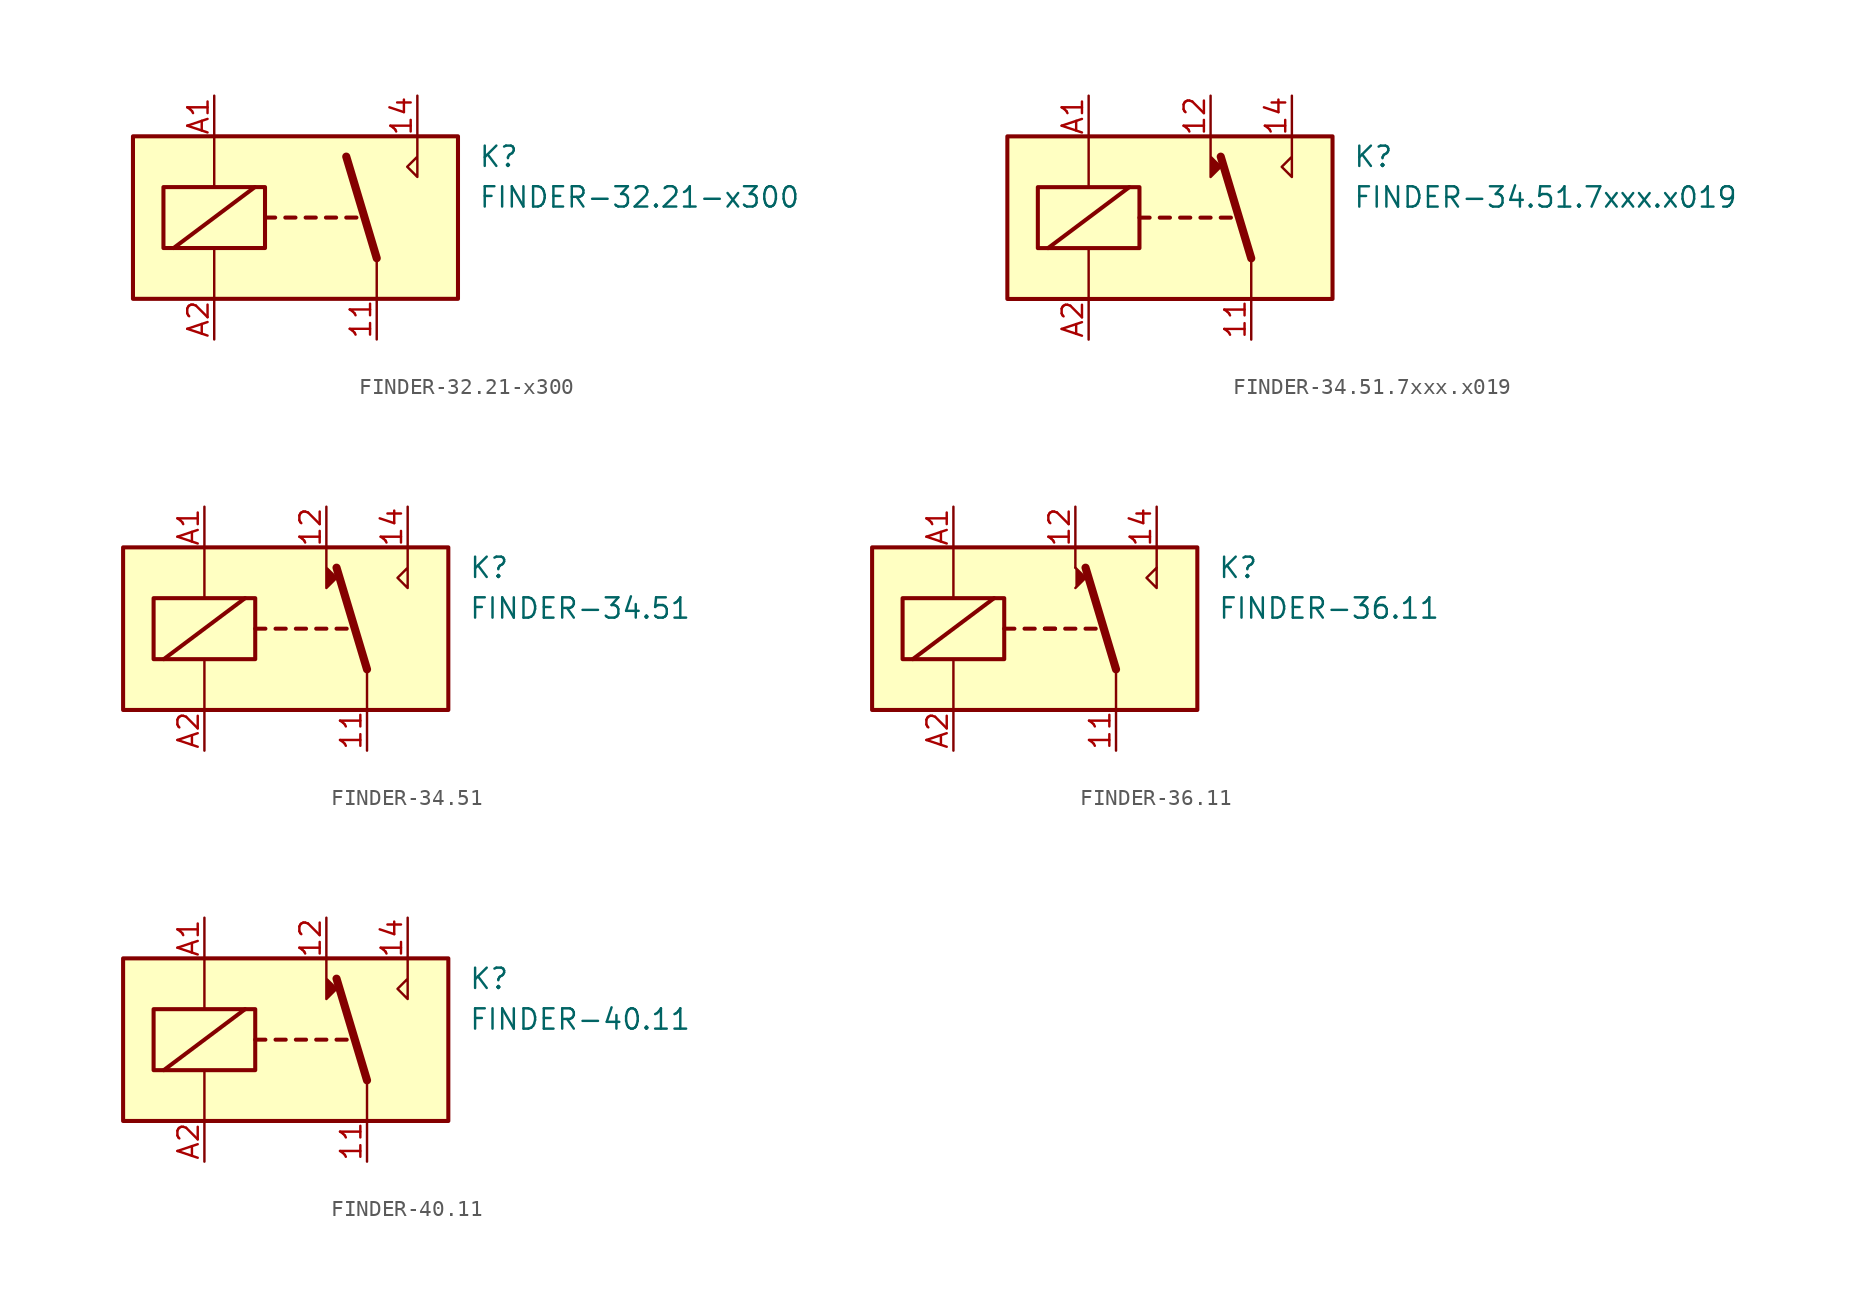
<source format=kicad_sym>
(kicad_symbol_lib
  (version 20211014)
  (generator kicad_symbol_editor)
  (symbol "FINDER-32.21-x300"
    (property "Reference" "K"
      (at 11.43 3.81 0)
      (effects (font (size 1.27 1.27)) (justify left)))
    (property "Value" "FINDER-32.21-x300"
      (at 11.43 1.27 0)
      (effects (font (size 1.27 1.27)) (justify left)))
    (symbol "FINDER-32.21-x300_0_1"
      (rectangle (start -10.16 5.08) (end 10.16 -5.08) (stroke (width 0.254) (type default) (color 0 0 0 0)) (fill (type background)))
      (rectangle (start -8.255 1.905) (end -1.905 -1.905) (stroke (width 0.254) (type default) (color 0 0 0 0)) (fill (type none)))
      (polyline (pts (xy -7.62 -1.905) (xy -2.54 1.905)) (stroke (width 0.254) (type default) (color 0 0 0 0)) (fill (type none)))
      (polyline (pts (xy -5.08 -5.08) (xy -5.08 -1.905)) (stroke (width 0) (type default) (color 0 0 0 0)) (fill (type none)))
      (polyline (pts (xy -5.08 5.08) (xy -5.08 1.905)) (stroke (width 0) (type default) (color 0 0 0 0)) (fill (type none)))
      (polyline (pts (xy -1.905 0) (xy -1.27 0)) (stroke (width 0.254) (type default) (color 0 0 0 0)) (fill (type none)))
      (polyline (pts (xy -0.635 0) (xy 0 0)) (stroke (width 0.254) (type default) (color 0 0 0 0)) (fill (type none)))
      (polyline (pts (xy 0.635 0) (xy 1.27 0)) (stroke (width 0.254) (type default) (color 0 0 0 0)) (fill (type none)))
      (polyline (pts (xy 1.905 0) (xy 2.54 0)) (stroke (width 0.254) (type default) (color 0 0 0 0)) (fill (type none)))
      (polyline (pts (xy 3.175 0) (xy 3.81 0)) (stroke (width 0.254) (type default) (color 0 0 0 0)) (fill (type none)))
      (polyline (pts (xy 5.08 -2.54) (xy 3.175 3.81)) (stroke (width 0.508) (type default) (color 0 0 0 0)) (fill (type none)))
      (polyline (pts (xy 5.08 -2.54) (xy 5.08 -5.08)) (stroke (width 0) (type default) (color 0 0 0 0)) (fill (type none)))
      (polyline (pts (xy 7.62 5.08) (xy 7.62 2.54) (xy 6.985 3.175) (xy 7.62 3.81)) (stroke (width 0) (type default) (color 0 0 0 0)) (fill (type none))))
    (symbol "FINDER-32.21-x300_1_1"
      (pin passive line (at 5.08 -7.62 90) (length 2.54) (name "~" (effects (font (size 1.27 1.27)))) (number "11" (effects (font (size 1.27 1.27)))))
      (pin passive line (at 7.62 7.62 270) (length 2.54) (name "~" (effects (font (size 1.27 1.27)))) (number "14" (effects (font (size 1.27 1.27)))))
      (pin passive line (at -5.08 7.62 270) (length 2.54) (name "~" (effects (font (size 1.27 1.27)))) (number "A1" (effects (font (size 1.27 1.27)))))
      (pin passive line (at -5.08 -7.62 90) (length 2.54) (name "~" (effects (font (size 1.27 1.27)))) (number "A2" (effects (font (size 1.27 1.27)))))))
  (symbol "FINDER-34.51.7xxx.x019"
    (property "Reference" "K"
      (at 11.43 3.81 0)
      (effects (font (size 1.27 1.27)) (justify left)))
    (property "Value" "FINDER-34.51.7xxx.x019"
      (at 11.43 1.27 0)
      (effects (font (size 1.27 1.27)) (justify left)))
    (symbol "FINDER-34.51.7xxx.x019_0_0"
      (polyline (pts (xy 7.62 5.08) (xy 7.62 2.54) (xy 6.985 3.175) (xy 7.62 3.81)) (stroke (width 0) (type default) (color 0 0 0 0)) (fill (type none))))
    (symbol "FINDER-34.51.7xxx.x019_0_1"
      (rectangle (start -10.16 5.08) (end 10.16 -5.08) (stroke (width 0.254) (type default) (color 0 0 0 0)) (fill (type background)))
      (rectangle (start -8.255 1.905) (end -1.905 -1.905) (stroke (width 0.254) (type default) (color 0 0 0 0)) (fill (type none)))
      (polyline (pts (xy -7.62 -1.905) (xy -2.54 1.905)) (stroke (width 0.254) (type default) (color 0 0 0 0)) (fill (type none)))
      (polyline (pts (xy -5.08 -5.08) (xy -5.08 -1.905)) (stroke (width 0) (type default) (color 0 0 0 0)) (fill (type none)))
      (polyline (pts (xy -5.08 5.08) (xy -5.08 1.905)) (stroke (width 0) (type default) (color 0 0 0 0)) (fill (type none)))
      (polyline (pts (xy -1.905 0) (xy -1.27 0)) (stroke (width 0.254) (type default) (color 0 0 0 0)) (fill (type none)))
      (polyline (pts (xy -0.635 0) (xy 0 0)) (stroke (width 0.254) (type default) (color 0 0 0 0)) (fill (type none)))
      (polyline (pts (xy 0.635 0) (xy 1.27 0)) (stroke (width 0.254) (type default) (color 0 0 0 0)) (fill (type none)))
      (polyline (pts (xy 1.905 0) (xy 2.54 0)) (stroke (width 0.254) (type default) (color 0 0 0 0)) (fill (type none)))
      (polyline (pts (xy 3.175 0) (xy 3.81 0)) (stroke (width 0.254) (type default) (color 0 0 0 0)) (fill (type none)))
      (polyline (pts (xy 5.08 -2.54) (xy 3.175 3.81)) (stroke (width 0.508) (type default) (color 0 0 0 0)) (fill (type none)))
      (polyline (pts (xy 5.08 -2.54) (xy 5.08 -5.08)) (stroke (width 0) (type default) (color 0 0 0 0)) (fill (type none)))
      (polyline (pts (xy 2.54 5.08) (xy 2.54 2.54) (xy 3.175 3.175) (xy 2.54 3.81)) (stroke (width 0) (type default) (color 0 0 0 0)) (fill (type outline))))
    (symbol "FINDER-34.51.7xxx.x019_1_1"
      (pin passive line (at 5.08 -7.62 90) (length 2.54) (name "~" (effects (font (size 1.27 1.27)))) (number "11" (effects (font (size 1.27 1.27)))))
      (pin passive line (at 2.54 7.62 270) (length 2.54) (name "~" (effects (font (size 1.27 1.27)))) (number "12" (effects (font (size 1.27 1.27)))))
      (pin passive line (at 7.62 7.62 270) (length 2.54) (name "~" (effects (font (size 1.27 1.27)))) (number "14" (effects (font (size 1.27 1.27)))))
      (pin passive line (at -5.08 7.62 270) (length 2.54) (name "~" (effects (font (size 1.27 1.27)))) (number "A1" (effects (font (size 1.27 1.27)))))
      (pin passive line (at -5.08 -7.62 90) (length 2.54) (name "~" (effects (font (size 1.27 1.27)))) (number "A2" (effects (font (size 1.27 1.27)))))))
  (symbol "FINDER-34.51"
    (property "Reference" "K"
      (at 11.43 3.81 0)
      (effects (font (size 1.27 1.27)) (justify left)))
    (property "Value" "FINDER-34.51"
      (at 11.43 1.27 0)
      (effects (font (size 1.27 1.27)) (justify left)))
    (symbol "FINDER-34.51_0_0"
      (polyline (pts (xy 7.62 5.08) (xy 7.62 2.54) (xy 6.985 3.175) (xy 7.62 3.81)) (stroke (width 0) (type default) (color 0 0 0 0)) (fill (type none))))
    (symbol "FINDER-34.51_0_1"
      (rectangle (start -10.16 5.08) (end 10.16 -5.08) (stroke (width 0.254) (type default) (color 0 0 0 0)) (fill (type background)))
      (rectangle (start -8.255 1.905) (end -1.905 -1.905) (stroke (width 0.254) (type default) (color 0 0 0 0)) (fill (type none)))
      (polyline (pts (xy -7.62 -1.905) (xy -2.54 1.905)) (stroke (width 0.254) (type default) (color 0 0 0 0)) (fill (type none)))
      (polyline (pts (xy -5.08 -5.08) (xy -5.08 -1.905)) (stroke (width 0) (type default) (color 0 0 0 0)) (fill (type none)))
      (polyline (pts (xy -5.08 5.08) (xy -5.08 1.905)) (stroke (width 0) (type default) (color 0 0 0 0)) (fill (type none)))
      (polyline (pts (xy -1.905 0) (xy -1.27 0)) (stroke (width 0.254) (type default) (color 0 0 0 0)) (fill (type none)))
      (polyline (pts (xy -0.635 0) (xy 0 0)) (stroke (width 0.254) (type default) (color 0 0 0 0)) (fill (type none)))
      (polyline (pts (xy 0.635 0) (xy 1.27 0)) (stroke (width 0.254) (type default) (color 0 0 0 0)) (fill (type none)))
      (polyline (pts (xy 1.905 0) (xy 2.54 0)) (stroke (width 0.254) (type default) (color 0 0 0 0)) (fill (type none)))
      (polyline (pts (xy 3.175 0) (xy 3.81 0)) (stroke (width 0.254) (type default) (color 0 0 0 0)) (fill (type none)))
      (polyline (pts (xy 5.08 -2.54) (xy 3.175 3.81)) (stroke (width 0.508) (type default) (color 0 0 0 0)) (fill (type none)))
      (polyline (pts (xy 5.08 -2.54) (xy 5.08 -5.08)) (stroke (width 0) (type default) (color 0 0 0 0)) (fill (type none)))
      (polyline (pts (xy 2.54 5.08) (xy 2.54 2.54) (xy 3.175 3.175) (xy 2.54 3.81)) (stroke (width 0) (type default) (color 0 0 0 0)) (fill (type outline))))
    (symbol "FINDER-34.51_1_1"
      (pin passive line (at 5.08 -7.62 90) (length 2.54) (name "~" (effects (font (size 1.27 1.27)))) (number "11" (effects (font (size 1.27 1.27)))))
      (pin passive line (at 2.54 7.62 270) (length 2.54) (name "~" (effects (font (size 1.27 1.27)))) (number "12" (effects (font (size 1.27 1.27)))))
      (pin passive line (at 7.62 7.62 270) (length 2.54) (name "~" (effects (font (size 1.27 1.27)))) (number "14" (effects (font (size 1.27 1.27)))))
      (pin passive line (at -5.08 7.62 270) (length 2.54) (name "~" (effects (font (size 1.27 1.27)))) (number "A1" (effects (font (size 1.27 1.27)))))
      (pin passive line (at -5.08 -7.62 90) (length 2.54) (name "~" (effects (font (size 1.27 1.27)))) (number "A2" (effects (font (size 1.27 1.27)))))))
  (symbol "FINDER-36.11"
    (property "Reference" "K"
      (at 11.43 3.81 0)
      (effects (font (size 1.27 1.27)) (justify left)))
    (property "Value" "FINDER-36.11"
      (at 11.43 1.27 0)
      (effects (font (size 1.27 1.27)) (justify left)))
    (symbol "FINDER-36.11_0_0"
      (polyline (pts (xy 2.54 3.81) (xy 2.54 5.08)) (stroke (width 0) (type default) (color 0 0 0 0)) (fill (type none)))
      (polyline (pts (xy 7.62 3.81) (xy 7.62 5.08)) (stroke (width 0) (type default) (color 0 0 0 0)) (fill (type none)))
      (polyline (pts (xy 7.62 3.81) (xy 7.62 2.54) (xy 6.985 3.175) (xy 7.62 3.81)) (stroke (width 0) (type default) (color 0 0 0 0)) (fill (type none))))
    (symbol "FINDER-36.11_0_1"
      (rectangle (start -10.16 5.08) (end 10.16 -5.08) (stroke (width 0.254) (type default) (color 0 0 0 0)) (fill (type background)))
      (rectangle (start -8.255 1.905) (end -1.905 -1.905) (stroke (width 0.254) (type default) (color 0 0 0 0)) (fill (type none)))
      (polyline (pts (xy -7.62 -1.905) (xy -2.54 1.905)) (stroke (width 0.254) (type default) (color 0 0 0 0)) (fill (type none)))
      (polyline (pts (xy -5.08 -5.08) (xy -5.08 -1.905)) (stroke (width 0) (type default) (color 0 0 0 0)) (fill (type none)))
      (polyline (pts (xy -5.08 5.08) (xy -5.08 1.905)) (stroke (width 0) (type default) (color 0 0 0 0)) (fill (type none)))
      (polyline (pts (xy -1.905 0) (xy -1.27 0)) (stroke (width 0.254) (type default) (color 0 0 0 0)) (fill (type none)))
      (polyline (pts (xy -0.635 0) (xy 0 0)) (stroke (width 0.254) (type default) (color 0 0 0 0)) (fill (type none)))
      (polyline (pts (xy 0.635 0) (xy 1.27 0)) (stroke (width 0.254) (type default) (color 0 0 0 0)) (fill (type none)))
      (polyline (pts (xy 0.635 0) (xy 1.27 0)) (stroke (width 0.254) (type default) (color 0 0 0 0)) (fill (type none)))
      (polyline (pts (xy 1.905 0) (xy 2.54 0)) (stroke (width 0.254) (type default) (color 0 0 0 0)) (fill (type none)))
      (polyline (pts (xy 3.175 0) (xy 3.81 0)) (stroke (width 0.254) (type default) (color 0 0 0 0)) (fill (type none)))
      (polyline (pts (xy 5.08 -2.54) (xy 3.175 3.81)) (stroke (width 0.508) (type default) (color 0 0 0 0)) (fill (type none)))
      (polyline (pts (xy 5.08 -2.54) (xy 5.08 -5.08)) (stroke (width 0) (type default) (color 0 0 0 0)) (fill (type none)))
      (polyline (pts (xy 2.54 2.54) (xy 3.175 3.175) (xy 2.54 3.81)) (stroke (width 0) (type default) (color 0 0 0 0)) (fill (type outline))))
    (symbol "FINDER-36.11_1_1"
      (pin passive line (at 5.08 -7.62 90) (length 2.54) (name "~" (effects (font (size 1.27 1.27)))) (number "11" (effects (font (size 1.27 1.27)))))
      (pin passive line (at 2.54 7.62 270) (length 2.54) (name "~" (effects (font (size 1.27 1.27)))) (number "12" (effects (font (size 1.27 1.27)))))
      (pin passive line (at 7.62 7.62 270) (length 2.54) (name "~" (effects (font (size 1.27 1.27)))) (number "14" (effects (font (size 1.27 1.27)))))
      (pin passive line (at -5.08 7.62 270) (length 2.54) (name "~" (effects (font (size 1.27 1.27)))) (number "A1" (effects (font (size 1.27 1.27)))))
      (pin passive line (at -5.08 -7.62 90) (length 2.54) (name "~" (effects (font (size 1.27 1.27)))) (number "A2" (effects (font (size 1.27 1.27)))))))
  (symbol "FINDER-40.11"
    (property "Reference" "K"
      (at 11.43 3.81 0)
      (effects (font (size 1.27 1.27)) (justify left)))
    (property "Value" "FINDER-40.11"
      (at 11.43 1.27 0)
      (effects (font (size 1.27 1.27)) (justify left)))
    (symbol "FINDER-40.11_0_0"
      (polyline (pts (xy 7.62 5.08) (xy 7.62 2.54) (xy 6.985 3.175) (xy 7.62 3.81)) (stroke (width 0) (type default) (color 0 0 0 0)) (fill (type none))))
    (symbol "FINDER-40.11_0_1"
      (rectangle (start -10.16 5.08) (end 10.16 -5.08) (stroke (width 0.254) (type default) (color 0 0 0 0)) (fill (type background)))
      (rectangle (start -8.255 1.905) (end -1.905 -1.905) (stroke (width 0.254) (type default) (color 0 0 0 0)) (fill (type none)))
      (polyline (pts (xy -7.62 -1.905) (xy -2.54 1.905)) (stroke (width 0.254) (type default) (color 0 0 0 0)) (fill (type none)))
      (polyline (pts (xy -5.08 -5.08) (xy -5.08 -1.905)) (stroke (width 0) (type default) (color 0 0 0 0)) (fill (type none)))
      (polyline (pts (xy -5.08 5.08) (xy -5.08 1.905)) (stroke (width 0) (type default) (color 0 0 0 0)) (fill (type none)))
      (polyline (pts (xy -1.905 0) (xy -1.27 0)) (stroke (width 0.254) (type default) (color 0 0 0 0)) (fill (type none)))
      (polyline (pts (xy -0.635 0) (xy 0 0)) (stroke (width 0.254) (type default) (color 0 0 0 0)) (fill (type none)))
      (polyline (pts (xy 0.635 0) (xy 1.27 0)) (stroke (width 0.254) (type default) (color 0 0 0 0)) (fill (type none)))
      (polyline (pts (xy 1.905 0) (xy 2.54 0)) (stroke (width 0.254) (type default) (color 0 0 0 0)) (fill (type none)))
      (polyline (pts (xy 3.175 0) (xy 3.81 0)) (stroke (width 0.254) (type default) (color 0 0 0 0)) (fill (type none)))
      (polyline (pts (xy 5.08 -2.54) (xy 3.175 3.81)) (stroke (width 0.508) (type default) (color 0 0 0 0)) (fill (type none)))
      (polyline (pts (xy 5.08 -2.54) (xy 5.08 -5.08)) (stroke (width 0) (type default) (color 0 0 0 0)) (fill (type none)))
      (polyline (pts (xy 2.54 5.08) (xy 2.54 2.54) (xy 3.175 3.175) (xy 2.54 3.81)) (stroke (width 0) (type default) (color 0 0 0 0)) (fill (type outline))))
    (symbol "FINDER-40.11_1_1"
      (pin passive line (at 5.08 -7.62 90) (length 2.54) (name "~" (effects (font (size 1.27 1.27)))) (number "11" (effects (font (size 1.27 1.27)))))
      (pin passive line (at 2.54 7.62 270) (length 2.54) (name "~" (effects (font (size 1.27 1.27)))) (number "12" (effects (font (size 1.27 1.27)))))
      (pin passive line (at 7.62 7.62 270) (length 2.54) (name "~" (effects (font (size 1.27 1.27)))) (number "14" (effects (font (size 1.27 1.27)))))
      (pin passive line (at -5.08 7.62 270) (length 2.54) (name "~" (effects (font (size 1.27 1.27)))) (number "A1" (effects (font (size 1.27 1.27)))))
      (pin passive line (at -5.08 -7.62 90) (length 2.54) (name "~" (effects (font (size 1.27 1.27)))) (number "A2" (effects (font (size 1.27 1.27))))))))
</source>
